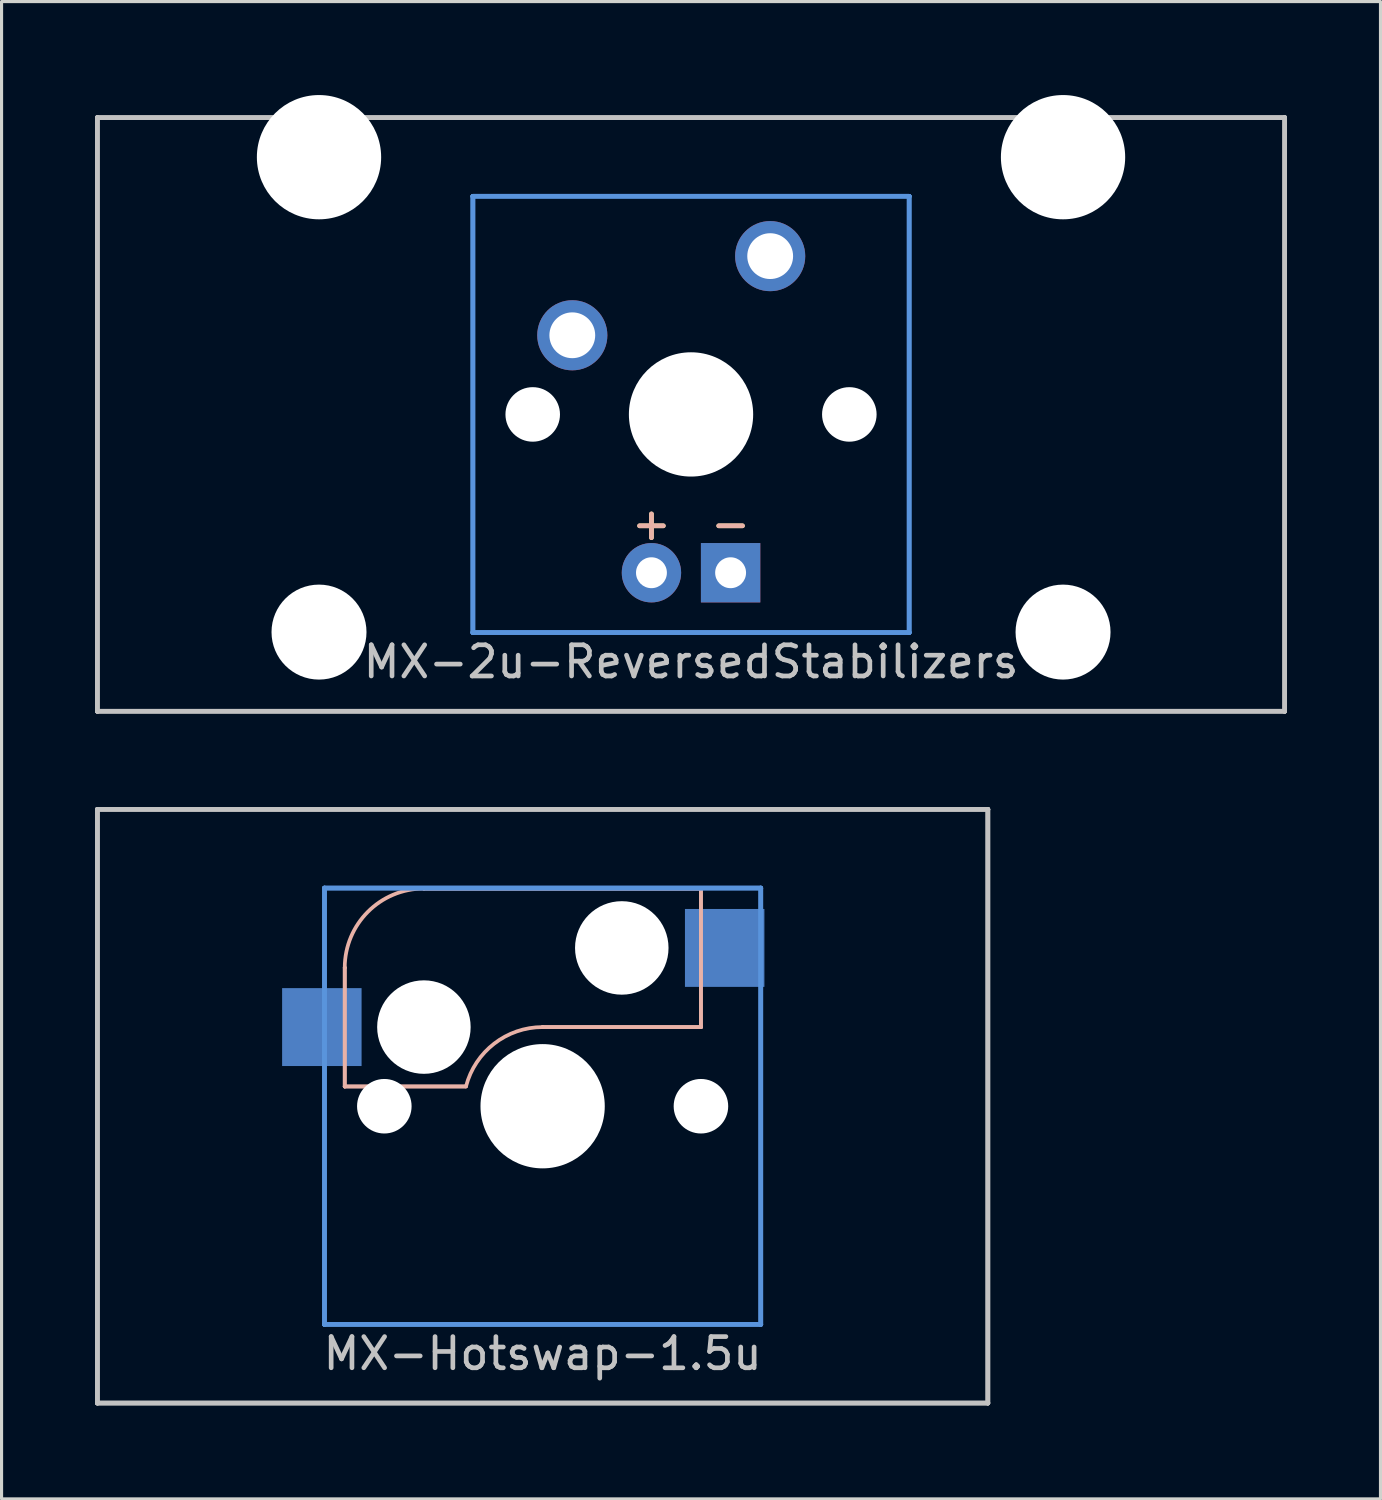
<source format=kicad_pcb>
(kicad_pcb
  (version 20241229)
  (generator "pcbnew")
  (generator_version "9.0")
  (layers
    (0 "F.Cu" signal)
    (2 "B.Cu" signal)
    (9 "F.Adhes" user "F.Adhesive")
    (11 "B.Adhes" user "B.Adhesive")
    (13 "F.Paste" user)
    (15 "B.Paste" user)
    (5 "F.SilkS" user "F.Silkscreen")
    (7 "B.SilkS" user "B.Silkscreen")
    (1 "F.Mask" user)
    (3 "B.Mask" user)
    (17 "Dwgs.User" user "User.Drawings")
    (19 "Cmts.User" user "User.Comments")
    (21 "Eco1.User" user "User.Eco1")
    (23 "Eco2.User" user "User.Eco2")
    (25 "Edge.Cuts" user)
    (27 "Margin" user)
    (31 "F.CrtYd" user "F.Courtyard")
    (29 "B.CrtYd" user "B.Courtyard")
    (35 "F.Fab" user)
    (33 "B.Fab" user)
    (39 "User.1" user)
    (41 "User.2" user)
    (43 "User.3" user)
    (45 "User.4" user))
  (footprint "MX-Hotswap-1.5u"
    (layer "F.Cu")
    (at 14.363 32.449)
    (property "Reference" "MX-Hotswap-1.5u" (at 0 7.938 0) (layer "Dwgs.User") (effects (font (size 1 1) (thickness 0.15))))
    (attr through_hole)
    (fp_line (start -6.35 -4.445) (end -6.35 -4.445) (stroke (width 0.12) (type solid)) (layer "B.SilkS"))
    (fp_line (start -6.35 -4.445) (end -6.35 -0.635) (stroke (width 0.12) (type solid)) (layer "B.SilkS"))
    (fp_line (start -6.35 -0.635) (end -6.35 -4.445) (stroke (width 0.12) (type solid)) (layer "B.SilkS"))
    (fp_line (start -6.35 -0.635) (end -6.35 -0.635) (stroke (width 0.12) (type solid)) (layer "B.SilkS"))
    (fp_line (start -6.35 -0.635) (end -6.35 -0.635) (stroke (width 0.12) (type solid)) (layer "B.SilkS"))
    (fp_line (start -6.35 -0.635) (end -2.464 -0.635) (stroke (width 0.12) (type solid)) (layer "B.SilkS"))
    (fp_line (start -3.81 -6.985) (end -3.81 -6.985) (stroke (width 0.12) (type solid)) (layer "B.SilkS"))
    (fp_line (start -3.81 -6.985) (end 5.08 -6.985) (stroke (width 0.12) (type solid)) (layer "B.SilkS"))
    (fp_line (start -2.464 -0.635) (end -6.35 -0.635) (stroke (width 0.12) (type solid)) (layer "B.SilkS"))
    (fp_line (start -2.464 -0.635) (end -2.464 -0.635) (stroke (width 0.12) (type solid)) (layer "B.SilkS"))
    (fp_line (start 0 -2.54) (end 0 -2.54) (stroke (width 0.12) (type solid)) (layer "B.SilkS"))
    (fp_line (start 0 -2.54) (end 5.08 -2.54) (stroke (width 0.12) (type solid)) (layer "B.SilkS"))
    (fp_line (start 5.08 -6.985) (end -3.81 -6.985) (stroke (width 0.12) (type solid)) (layer "B.SilkS"))
    (fp_line (start 5.08 -6.985) (end 5.08 -6.985) (stroke (width 0.12) (type solid)) (layer "B.SilkS"))
    (fp_line (start 5.08 -6.985) (end 5.08 -6.985) (stroke (width 0.12) (type solid)) (layer "B.SilkS"))
    (fp_line (start 5.08 -6.985) (end 5.08 -2.54) (stroke (width 0.12) (type solid)) (layer "B.SilkS"))
    (fp_line (start 5.08 -2.54) (end 0 -2.54) (stroke (width 0.12) (type solid)) (layer "B.SilkS"))
    (fp_line (start 5.08 -2.54) (end 5.08 -6.985) (stroke (width 0.12) (type solid)) (layer "B.SilkS"))
    (fp_line (start 5.08 -2.54) (end 5.08 -2.54) (stroke (width 0.12) (type solid)) (layer "B.SilkS"))
    (fp_line (start 5.08 -2.54) (end 5.08 -2.54) (stroke (width 0.12) (type solid)) (layer "B.SilkS"))
    (fp_arc (start -6.35 -4.445) (mid -5.606051 -6.241051) (end -3.81 -6.985) (stroke (width 0.12) (type solid)) (layer "B.SilkS"))
    (fp_arc (start -2.457981 -0.640256) (mid -1.553279 -2.009707) (end 0 -2.54) (stroke (width 0.12) (type solid)) (layer "B.SilkS"))
    (fp_line (start -14.287 -9.525) (end -14.287 -9.525) (stroke (width 0.15) (type solid)) (layer "Dwgs.User"))
    (fp_line (start -14.287 -9.525) (end -14.287 -9.525) (stroke (width 0.15) (type solid)) (layer "Dwgs.User"))
    (fp_line (start -14.287 -9.525) (end -14.287 9.525) (stroke (width 0.15) (type solid)) (layer "Dwgs.User"))
    (fp_line (start -14.287 -9.525) (end 14.287 -9.525) (stroke (width 0.15) (type solid)) (layer "Dwgs.User"))
    (fp_line (start -14.287 9.525) (end -14.287 -9.525) (stroke (width 0.15) (type solid)) (layer "Dwgs.User"))
    (fp_line (start -14.287 9.525) (end -14.287 9.525) (stroke (width 0.15) (type solid)) (layer "Dwgs.User"))
    (fp_line (start -14.287 9.525) (end -14.287 9.525) (stroke (width 0.15) (type solid)) (layer "Dwgs.User"))
    (fp_line (start -14.287 9.525) (end 14.287 9.525) (stroke (width 0.15) (type solid)) (layer "Dwgs.User"))
    (fp_line (start 14.287 -9.525) (end -14.287 -9.525) (stroke (width 0.15) (type solid)) (layer "Dwgs.User"))
    (fp_line (start 14.287 -9.525) (end 14.287 -9.525) (stroke (width 0.15) (type solid)) (layer "Dwgs.User"))
    (fp_line (start 14.287 -9.525) (end 14.287 -9.525) (stroke (width 0.15) (type solid)) (layer "Dwgs.User"))
    (fp_line (start 14.287 -9.525) (end 14.287 9.525) (stroke (width 0.15) (type solid)) (layer "Dwgs.User"))
    (fp_line (start 14.287 9.525) (end -14.287 9.525) (stroke (width 0.15) (type solid)) (layer "Dwgs.User"))
    (fp_line (start 14.287 9.525) (end 14.287 -9.525) (stroke (width 0.15) (type solid)) (layer "Dwgs.User"))
    (fp_line (start 14.287 9.525) (end 14.287 9.525) (stroke (width 0.15) (type solid)) (layer "Dwgs.User"))
    (fp_line (start 14.287 9.525) (end 14.287 9.525) (stroke (width 0.15) (type solid)) (layer "Dwgs.User"))
    (fp_line (start -7 -7) (end -7 -7) (stroke (width 0.15) (type solid)) (layer "Cmts.User"))
    (fp_line (start -7 -7) (end -7 -7) (stroke (width 0.15) (type solid)) (layer "Cmts.User"))
    (fp_line (start -7 -7) (end -7 7) (stroke (width 0.15) (type solid)) (layer "Cmts.User"))
    (fp_line (start -7 -7) (end 7 -7) (stroke (width 0.15) (type solid)) (layer "Cmts.User"))
    (fp_line (start -7 7) (end -7 -7) (stroke (width 0.15) (type solid)) (layer "Cmts.User"))
    (fp_line (start -7 7) (end -7 7) (stroke (width 0.15) (type solid)) (layer "Cmts.User"))
    (fp_line (start -7 7) (end -7 7) (stroke (width 0.15) (type solid)) (layer "Cmts.User"))
    (fp_line (start -7 7) (end 7 7) (stroke (width 0.15) (type solid)) (layer "Cmts.User"))
    (fp_line (start 7 -7) (end -7 -7) (stroke (width 0.15) (type solid)) (layer "Cmts.User"))
    (fp_line (start 7 -7) (end 7 -7) (stroke (width 0.15) (type solid)) (layer "Cmts.User"))
    (fp_line (start 7 -7) (end 7 -7) (stroke (width 0.15) (type solid)) (layer "Cmts.User"))
    (fp_line (start 7 -7) (end 7 7) (stroke (width 0.15) (type solid)) (layer "Cmts.User"))
    (fp_line (start 7 7) (end -7 7) (stroke (width 0.15) (type solid)) (layer "Cmts.User"))
    (fp_line (start 7 7) (end 7 -7) (stroke (width 0.15) (type solid)) (layer "Cmts.User"))
    (fp_line (start 7 7) (end 7 7) (stroke (width 0.15) (type solid)) (layer "Cmts.User"))
    (fp_line (start 7 7) (end 7 7) (stroke (width 0.15) (type solid)) (layer "Cmts.User"))
    (pad "" np_thru_hole circle (at -5.08 0) (size 1.75 1.75) (drill 1.75) (layers "*.Cu" "*.Mask"))
    (pad "" np_thru_hole circle (at -3.81 -2.54) (size 3 3) (drill 3) (layers "*.Cu" "*.Mask"))
    (pad "" np_thru_hole circle (at 0 0) (size 3.988 3.988) (drill 3.988) (layers "*.Cu" "*.Mask"))
    (pad "" np_thru_hole circle (at 2.54 -5.08) (size 3 3) (drill 3) (layers "*.Cu" "*.Mask"))
    (pad "" np_thru_hole circle (at 5.08 0) (size 1.75 1.75) (drill 1.75) (layers "*.Cu" "*.Mask"))
    (pad "1" smd rect (at -7.085 -2.54) (size 2.55 2.5) (layers "B.Cu" "B.Mask" "B.Paste"))
    (pad "2" smd rect (at 5.842 -5.08) (size 2.55 2.5) (layers "B.Cu" "B.Mask" "B.Paste")))
  (footprint "MX-2u-ReversedStabilizers"
    (layer "F.Cu")
    (at 19.125 10.249)
    (property "Reference" "MX-2u-ReversedStabilizers" (at 0 7.938 0) (layer "Dwgs.User") (effects (font (size 1 1) (thickness 0.15))))
    (attr through_hole)
    (fp_line (start -19.05 -9.525) (end -19.05 -9.525) (stroke (width 0.15) (type solid)) (layer "Dwgs.User"))
    (fp_line (start -19.05 -9.525) (end -19.05 -9.525) (stroke (width 0.15) (type solid)) (layer "Dwgs.User"))
    (fp_line (start -19.05 -9.525) (end -19.05 9.525) (stroke (width 0.15) (type solid)) (layer "Dwgs.User"))
    (fp_line (start -19.05 -9.525) (end 19.05 -9.525) (stroke (width 0.15) (type solid)) (layer "Dwgs.User"))
    (fp_line (start -19.05 9.525) (end -19.05 -9.525) (stroke (width 0.15) (type solid)) (layer "Dwgs.User"))
    (fp_line (start -19.05 9.525) (end -19.05 9.525) (stroke (width 0.15) (type solid)) (layer "Dwgs.User"))
    (fp_line (start -19.05 9.525) (end -19.05 9.525) (stroke (width 0.15) (type solid)) (layer "Dwgs.User"))
    (fp_line (start -19.05 9.525) (end 19.05 9.525) (stroke (width 0.15) (type solid)) (layer "Dwgs.User"))
    (fp_line (start 19.05 -9.525) (end -19.05 -9.525) (stroke (width 0.15) (type solid)) (layer "Dwgs.User"))
    (fp_line (start 19.05 -9.525) (end 19.05 -9.525) (stroke (width 0.15) (type solid)) (layer "Dwgs.User"))
    (fp_line (start 19.05 -9.525) (end 19.05 -9.525) (stroke (width 0.15) (type solid)) (layer "Dwgs.User"))
    (fp_line (start 19.05 -9.525) (end 19.05 9.525) (stroke (width 0.15) (type solid)) (layer "Dwgs.User"))
    (fp_line (start 19.05 9.525) (end -19.05 9.525) (stroke (width 0.15) (type solid)) (layer "Dwgs.User"))
    (fp_line (start 19.05 9.525) (end 19.05 -9.525) (stroke (width 0.15) (type solid)) (layer "Dwgs.User"))
    (fp_line (start 19.05 9.525) (end 19.05 9.525) (stroke (width 0.15) (type solid)) (layer "Dwgs.User"))
    (fp_line (start 19.05 9.525) (end 19.05 9.525) (stroke (width 0.15) (type solid)) (layer "Dwgs.User"))
    (fp_line (start -7 -7) (end -7 -7) (stroke (width 0.15) (type solid)) (layer "Cmts.User"))
    (fp_line (start -7 -7) (end -7 -7) (stroke (width 0.15) (type solid)) (layer "Cmts.User"))
    (fp_line (start -7 -7) (end -7 7) (stroke (width 0.15) (type solid)) (layer "Cmts.User"))
    (fp_line (start -7 -7) (end 7 -7) (stroke (width 0.15) (type solid)) (layer "Cmts.User"))
    (fp_line (start -7 7) (end -7 -7) (stroke (width 0.15) (type solid)) (layer "Cmts.User"))
    (fp_line (start -7 7) (end -7 7) (stroke (width 0.15) (type solid)) (layer "Cmts.User"))
    (fp_line (start -7 7) (end -7 7) (stroke (width 0.15) (type solid)) (layer "Cmts.User"))
    (fp_line (start -7 7) (end 7 7) (stroke (width 0.15) (type solid)) (layer "Cmts.User"))
    (fp_line (start 7 -7) (end -7 -7) (stroke (width 0.15) (type solid)) (layer "Cmts.User"))
    (fp_line (start 7 -7) (end 7 -7) (stroke (width 0.15) (type solid)) (layer "Cmts.User"))
    (fp_line (start 7 -7) (end 7 -7) (stroke (width 0.15) (type solid)) (layer "Cmts.User"))
    (fp_line (start 7 -7) (end 7 7) (stroke (width 0.15) (type solid)) (layer "Cmts.User"))
    (fp_line (start 7 7) (end -7 7) (stroke (width 0.15) (type solid)) (layer "Cmts.User"))
    (fp_line (start 7 7) (end 7 -7) (stroke (width 0.15) (type solid)) (layer "Cmts.User"))
    (fp_line (start 7 7) (end 7 7) (stroke (width 0.15) (type solid)) (layer "Cmts.User"))
    (fp_line (start 7 7) (end 7 7) (stroke (width 0.15) (type solid)) (layer "Cmts.User"))
    (fp_text user "-" (at 1.27 3.5 0) (layer "F.SilkS") (effects (font (size 1 1) (thickness 0.15))))
    (fp_text user "+" (at -1.27 3.5 0) (layer "F.SilkS") (effects (font (size 1 1) (thickness 0.15))))
    (fp_text user "-" (at 1.27 3.5 0) (layer "B.SilkS") (effects (font (size 1 1) (thickness 0.15))))
    (fp_text user "+" (at -1.27 3.5 0) (layer "B.SilkS") (effects (font (size 1 1) (thickness 0.15))))
    (pad "" np_thru_hole circle (at -11.938 -8.255) (size 3.988 3.988) (drill 3.988) (layers "*.Cu" "*.Mask"))
    (pad "" np_thru_hole circle (at -11.938 6.985) (size 3.048 3.048) (drill 3.048) (layers "*.Cu" "*.Mask"))
    (pad "" np_thru_hole circle (at -5.08 0) (size 1.75 1.75) (drill 1.75) (layers "*.Cu" "*.Mask"))
    (pad "" np_thru_hole circle (at 0 0) (size 3.988 3.988) (drill 3.988) (layers "*.Cu" "*.Mask"))
    (pad "" np_thru_hole circle (at 5.08 0) (size 1.75 1.75) (drill 1.75) (layers "*.Cu" "*.Mask"))
    (pad "" np_thru_hole circle (at 11.938 -8.255) (size 3.988 3.988) (drill 3.988) (layers "*.Cu" "*.Mask"))
    (pad "" np_thru_hole circle (at 11.938 6.985) (size 3.048 3.048) (drill 3.048) (layers "*.Cu" "*.Mask"))
    (pad "1" thru_hole circle (at -3.81 -2.54) (size 2.25 2.25) (drill 1.47) (layers "*.Cu" "*.Mask"))
    (pad "2" thru_hole circle (at 2.54 -5.08) (size 2.25 2.25) (drill 1.47) (layers "*.Cu" "*.Mask"))
    (pad "3" thru_hole circle (at -1.27 5.08) (size 1.905 1.905) (drill 0.991) (layers "*.Cu" "*.Mask"))
    (pad "4" thru_hole rect (at 1.27 5.08) (size 1.905 1.905) (drill 0.991) (layers "*.Cu" "*.Mask")))
  (gr_rect
    (start -3 -3)
    (end 41.25 45.049)
    (stroke (width 0.1) (type default))
    (fill no)
    (layer "Edge.Cuts")))
</source>
